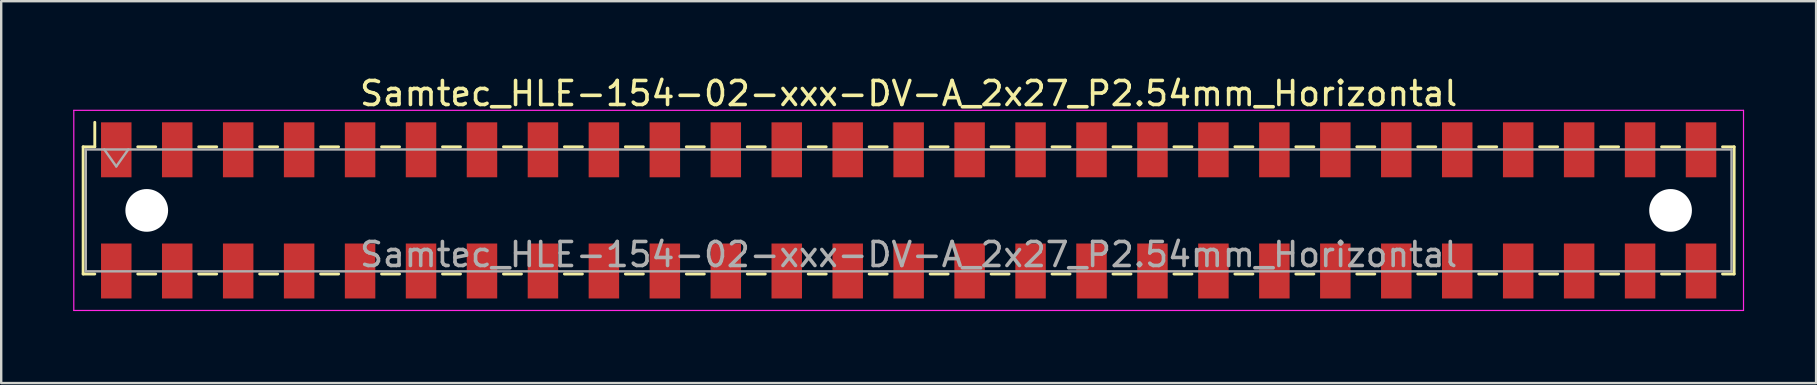
<source format=kicad_pcb>
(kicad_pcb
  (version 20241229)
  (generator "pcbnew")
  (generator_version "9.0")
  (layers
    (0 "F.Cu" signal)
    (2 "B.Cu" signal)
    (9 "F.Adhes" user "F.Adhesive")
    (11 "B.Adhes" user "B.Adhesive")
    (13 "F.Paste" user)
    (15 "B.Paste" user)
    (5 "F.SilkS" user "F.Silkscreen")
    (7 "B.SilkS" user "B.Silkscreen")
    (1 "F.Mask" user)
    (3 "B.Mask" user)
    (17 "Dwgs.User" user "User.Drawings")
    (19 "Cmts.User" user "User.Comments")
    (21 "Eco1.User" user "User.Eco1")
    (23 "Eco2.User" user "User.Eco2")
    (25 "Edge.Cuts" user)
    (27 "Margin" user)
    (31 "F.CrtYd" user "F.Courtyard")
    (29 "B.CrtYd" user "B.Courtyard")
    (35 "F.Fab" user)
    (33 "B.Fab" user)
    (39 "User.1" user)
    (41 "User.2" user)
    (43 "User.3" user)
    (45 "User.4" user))
  (footprint "Samtec_HLE-154-02-xxx-DV-A_2x27_P2.54mm_Horizontal"
    (layer "F.Cu")
    (at 34.815 5.718)
    (property "Reference" "Samtec_HLE-154-02-xxx-DV-A_2x27_P2.54mm_Horizontal" (at 0 -4.87 0) (layer "F.SilkS") (effects (font (size 1 1) (thickness 0.15))))
    (attr smd)
    (fp_line (start -34.4 -2.65) (end -34.4 2.65) (stroke (width 0.12) (type solid)) (layer "F.SilkS"))
    (fp_line (start -34.4 2.65) (end -33.915 2.65) (stroke (width 0.12) (type solid)) (layer "F.SilkS"))
    (fp_line (start -33.915 -3.67) (end -33.915 -2.65) (stroke (width 0.12) (type solid)) (layer "F.SilkS"))
    (fp_line (start -33.915 -2.65) (end -34.4 -2.65) (stroke (width 0.12) (type solid)) (layer "F.SilkS"))
    (fp_line (start -32.125 -2.65) (end -31.375 -2.65) (stroke (width 0.12) (type solid)) (layer "F.SilkS"))
    (fp_line (start -32.125 2.65) (end -31.375 2.65) (stroke (width 0.12) (type solid)) (layer "F.SilkS"))
    (fp_line (start -29.585 -2.65) (end -28.835 -2.65) (stroke (width 0.12) (type solid)) (layer "F.SilkS"))
    (fp_line (start -29.585 2.65) (end -28.835 2.65) (stroke (width 0.12) (type solid)) (layer "F.SilkS"))
    (fp_line (start -27.045 -2.65) (end -26.295 -2.65) (stroke (width 0.12) (type solid)) (layer "F.SilkS"))
    (fp_line (start -27.045 2.65) (end -26.295 2.65) (stroke (width 0.12) (type solid)) (layer "F.SilkS"))
    (fp_line (start -24.505 -2.65) (end -23.755 -2.65) (stroke (width 0.12) (type solid)) (layer "F.SilkS"))
    (fp_line (start -24.505 2.65) (end -23.755 2.65) (stroke (width 0.12) (type solid)) (layer "F.SilkS"))
    (fp_line (start -21.965 -2.65) (end -21.215 -2.65) (stroke (width 0.12) (type solid)) (layer "F.SilkS"))
    (fp_line (start -21.965 2.65) (end -21.215 2.65) (stroke (width 0.12) (type solid)) (layer "F.SilkS"))
    (fp_line (start -19.425 -2.65) (end -18.675 -2.65) (stroke (width 0.12) (type solid)) (layer "F.SilkS"))
    (fp_line (start -19.425 2.65) (end -18.675 2.65) (stroke (width 0.12) (type solid)) (layer "F.SilkS"))
    (fp_line (start -16.885 -2.65) (end -16.135 -2.65) (stroke (width 0.12) (type solid)) (layer "F.SilkS"))
    (fp_line (start -16.885 2.65) (end -16.135 2.65) (stroke (width 0.12) (type solid)) (layer "F.SilkS"))
    (fp_line (start -14.345 -2.65) (end -13.595 -2.65) (stroke (width 0.12) (type solid)) (layer "F.SilkS"))
    (fp_line (start -14.345 2.65) (end -13.595 2.65) (stroke (width 0.12) (type solid)) (layer "F.SilkS"))
    (fp_line (start -11.805 -2.65) (end -11.055 -2.65) (stroke (width 0.12) (type solid)) (layer "F.SilkS"))
    (fp_line (start -11.805 2.65) (end -11.055 2.65) (stroke (width 0.12) (type solid)) (layer "F.SilkS"))
    (fp_line (start -9.265 -2.65) (end -8.515 -2.65) (stroke (width 0.12) (type solid)) (layer "F.SilkS"))
    (fp_line (start -9.265 2.65) (end -8.515 2.65) (stroke (width 0.12) (type solid)) (layer "F.SilkS"))
    (fp_line (start -6.725 -2.65) (end -5.975 -2.65) (stroke (width 0.12) (type solid)) (layer "F.SilkS"))
    (fp_line (start -6.725 2.65) (end -5.975 2.65) (stroke (width 0.12) (type solid)) (layer "F.SilkS"))
    (fp_line (start -4.185 -2.65) (end -3.435 -2.65) (stroke (width 0.12) (type solid)) (layer "F.SilkS"))
    (fp_line (start -4.185 2.65) (end -3.435 2.65) (stroke (width 0.12) (type solid)) (layer "F.SilkS"))
    (fp_line (start -1.645 -2.65) (end -0.895 -2.65) (stroke (width 0.12) (type solid)) (layer "F.SilkS"))
    (fp_line (start -1.645 2.65) (end -0.895 2.65) (stroke (width 0.12) (type solid)) (layer "F.SilkS"))
    (fp_line (start 0.895 -2.65) (end 1.645 -2.65) (stroke (width 0.12) (type solid)) (layer "F.SilkS"))
    (fp_line (start 0.895 2.65) (end 1.645 2.65) (stroke (width 0.12) (type solid)) (layer "F.SilkS"))
    (fp_line (start 3.435 -2.65) (end 4.185 -2.65) (stroke (width 0.12) (type solid)) (layer "F.SilkS"))
    (fp_line (start 3.435 2.65) (end 4.185 2.65) (stroke (width 0.12) (type solid)) (layer "F.SilkS"))
    (fp_line (start 5.975 -2.65) (end 6.725 -2.65) (stroke (width 0.12) (type solid)) (layer "F.SilkS"))
    (fp_line (start 5.975 2.65) (end 6.725 2.65) (stroke (width 0.12) (type solid)) (layer "F.SilkS"))
    (fp_line (start 8.515 -2.65) (end 9.265 -2.65) (stroke (width 0.12) (type solid)) (layer "F.SilkS"))
    (fp_line (start 8.515 2.65) (end 9.265 2.65) (stroke (width 0.12) (type solid)) (layer "F.SilkS"))
    (fp_line (start 11.055 -2.65) (end 11.805 -2.65) (stroke (width 0.12) (type solid)) (layer "F.SilkS"))
    (fp_line (start 11.055 2.65) (end 11.805 2.65) (stroke (width 0.12) (type solid)) (layer "F.SilkS"))
    (fp_line (start 13.595 -2.65) (end 14.345 -2.65) (stroke (width 0.12) (type solid)) (layer "F.SilkS"))
    (fp_line (start 13.595 2.65) (end 14.345 2.65) (stroke (width 0.12) (type solid)) (layer "F.SilkS"))
    (fp_line (start 16.135 -2.65) (end 16.885 -2.65) (stroke (width 0.12) (type solid)) (layer "F.SilkS"))
    (fp_line (start 16.135 2.65) (end 16.885 2.65) (stroke (width 0.12) (type solid)) (layer "F.SilkS"))
    (fp_line (start 18.675 -2.65) (end 19.425 -2.65) (stroke (width 0.12) (type solid)) (layer "F.SilkS"))
    (fp_line (start 18.675 2.65) (end 19.425 2.65) (stroke (width 0.12) (type solid)) (layer "F.SilkS"))
    (fp_line (start 21.215 -2.65) (end 21.965 -2.65) (stroke (width 0.12) (type solid)) (layer "F.SilkS"))
    (fp_line (start 21.215 2.65) (end 21.965 2.65) (stroke (width 0.12) (type solid)) (layer "F.SilkS"))
    (fp_line (start 23.755 -2.65) (end 24.505 -2.65) (stroke (width 0.12) (type solid)) (layer "F.SilkS"))
    (fp_line (start 23.755 2.65) (end 24.505 2.65) (stroke (width 0.12) (type solid)) (layer "F.SilkS"))
    (fp_line (start 26.295 -2.65) (end 27.045 -2.65) (stroke (width 0.12) (type solid)) (layer "F.SilkS"))
    (fp_line (start 26.295 2.65) (end 27.045 2.65) (stroke (width 0.12) (type solid)) (layer "F.SilkS"))
    (fp_line (start 28.835 -2.65) (end 29.585 -2.65) (stroke (width 0.12) (type solid)) (layer "F.SilkS"))
    (fp_line (start 28.835 2.65) (end 29.585 2.65) (stroke (width 0.12) (type solid)) (layer "F.SilkS"))
    (fp_line (start 31.375 -2.65) (end 32.125 -2.65) (stroke (width 0.12) (type solid)) (layer "F.SilkS"))
    (fp_line (start 31.375 2.65) (end 32.125 2.65) (stroke (width 0.12) (type solid)) (layer "F.SilkS"))
    (fp_line (start 33.915 -2.65) (end 34.4 -2.65) (stroke (width 0.12) (type solid)) (layer "F.SilkS"))
    (fp_line (start 34.4 -2.65) (end 34.4 2.65) (stroke (width 0.12) (type solid)) (layer "F.SilkS"))
    (fp_line (start 34.4 2.65) (end 33.915 2.65) (stroke (width 0.12) (type solid)) (layer "F.SilkS"))
    (fp_line (start -34.79 -4.17) (end 34.79 -4.17) (stroke (width 0.05) (type solid)) (layer "F.CrtYd"))
    (fp_line (start -34.79 4.17) (end -34.79 -4.17) (stroke (width 0.05) (type solid)) (layer "F.CrtYd"))
    (fp_line (start 34.79 -4.17) (end 34.79 4.17) (stroke (width 0.05) (type solid)) (layer "F.CrtYd"))
    (fp_line (start 34.79 4.17) (end -34.79 4.17) (stroke (width 0.05) (type solid)) (layer "F.CrtYd"))
    (fp_line (start -34.29 -2.54) (end 34.29 -2.54) (stroke (width 0.1) (type solid)) (layer "F.Fab"))
    (fp_line (start -34.29 2.54) (end -34.29 -2.54) (stroke (width 0.1) (type solid)) (layer "F.Fab"))
    (fp_line (start -33.52 -2.54) (end -33.02 -1.833) (stroke (width 0.1) (type solid)) (layer "F.Fab"))
    (fp_line (start -33.02 -1.833) (end -32.52 -2.54) (stroke (width 0.1) (type solid)) (layer "F.Fab"))
    (fp_line (start 34.29 -2.54) (end 34.29 2.54) (stroke (width 0.1) (type solid)) (layer "F.Fab"))
    (fp_line (start 34.29 2.54) (end -34.29 2.54) (stroke (width 0.1) (type solid)) (layer "F.Fab"))
    (fp_text user "${REFERENCE}" (at 0 1.84 0) (layer "F.Fab") (effects (font (size 1 1) (thickness 0.15))))
    (pad "" np_thru_hole circle (at -31.75 0) (size 1.78 1.78) (drill 1.78) (layers "*.Cu" "*.Mask"))
    (pad "" np_thru_hole circle (at 31.75 0) (size 1.78 1.78) (drill 1.78) (layers "*.Cu" "*.Mask"))
    (pad "1" smd rect (at -33.02 -2.525) (size 1.27 2.29) (layers "F.Cu" "F.Mask" "F.Paste"))
    (pad "2" smd rect (at -33.02 2.525) (size 1.27 2.29) (layers "F.Cu" "F.Mask" "F.Paste"))
    (pad "3" smd rect (at -30.48 -2.525) (size 1.27 2.29) (layers "F.Cu" "F.Mask" "F.Paste"))
    (pad "4" smd rect (at -30.48 2.525) (size 1.27 2.29) (layers "F.Cu" "F.Mask" "F.Paste"))
    (pad "5" smd rect (at -27.94 -2.525) (size 1.27 2.29) (layers "F.Cu" "F.Mask" "F.Paste"))
    (pad "6" smd rect (at -27.94 2.525) (size 1.27 2.29) (layers "F.Cu" "F.Mask" "F.Paste"))
    (pad "7" smd rect (at -25.4 -2.525) (size 1.27 2.29) (layers "F.Cu" "F.Mask" "F.Paste"))
    (pad "8" smd rect (at -25.4 2.525) (size 1.27 2.29) (layers "F.Cu" "F.Mask" "F.Paste"))
    (pad "9" smd rect (at -22.86 -2.525) (size 1.27 2.29) (layers "F.Cu" "F.Mask" "F.Paste"))
    (pad "10" smd rect (at -22.86 2.525) (size 1.27 2.29) (layers "F.Cu" "F.Mask" "F.Paste"))
    (pad "11" smd rect (at -20.32 -2.525) (size 1.27 2.29) (layers "F.Cu" "F.Mask" "F.Paste"))
    (pad "12" smd rect (at -20.32 2.525) (size 1.27 2.29) (layers "F.Cu" "F.Mask" "F.Paste"))
    (pad "13" smd rect (at -17.78 -2.525) (size 1.27 2.29) (layers "F.Cu" "F.Mask" "F.Paste"))
    (pad "14" smd rect (at -17.78 2.525) (size 1.27 2.29) (layers "F.Cu" "F.Mask" "F.Paste"))
    (pad "15" smd rect (at -15.24 -2.525) (size 1.27 2.29) (layers "F.Cu" "F.Mask" "F.Paste"))
    (pad "16" smd rect (at -15.24 2.525) (size 1.27 2.29) (layers "F.Cu" "F.Mask" "F.Paste"))
    (pad "17" smd rect (at -12.7 -2.525) (size 1.27 2.29) (layers "F.Cu" "F.Mask" "F.Paste"))
    (pad "18" smd rect (at -12.7 2.525) (size 1.27 2.29) (layers "F.Cu" "F.Mask" "F.Paste"))
    (pad "19" smd rect (at -10.16 -2.525) (size 1.27 2.29) (layers "F.Cu" "F.Mask" "F.Paste"))
    (pad "20" smd rect (at -10.16 2.525) (size 1.27 2.29) (layers "F.Cu" "F.Mask" "F.Paste"))
    (pad "21" smd rect (at -7.62 -2.525) (size 1.27 2.29) (layers "F.Cu" "F.Mask" "F.Paste"))
    (pad "22" smd rect (at -7.62 2.525) (size 1.27 2.29) (layers "F.Cu" "F.Mask" "F.Paste"))
    (pad "23" smd rect (at -5.08 -2.525) (size 1.27 2.29) (layers "F.Cu" "F.Mask" "F.Paste"))
    (pad "24" smd rect (at -5.08 2.525) (size 1.27 2.29) (layers "F.Cu" "F.Mask" "F.Paste"))
    (pad "25" smd rect (at -2.54 -2.525) (size 1.27 2.29) (layers "F.Cu" "F.Mask" "F.Paste"))
    (pad "26" smd rect (at -2.54 2.525) (size 1.27 2.29) (layers "F.Cu" "F.Mask" "F.Paste"))
    (pad "27" smd rect (at 0 -2.525) (size 1.27 2.29) (layers "F.Cu" "F.Mask" "F.Paste"))
    (pad "28" smd rect (at 0 2.525) (size 1.27 2.29) (layers "F.Cu" "F.Mask" "F.Paste"))
    (pad "29" smd rect (at 2.54 -2.525) (size 1.27 2.29) (layers "F.Cu" "F.Mask" "F.Paste"))
    (pad "30" smd rect (at 2.54 2.525) (size 1.27 2.29) (layers "F.Cu" "F.Mask" "F.Paste"))
    (pad "31" smd rect (at 5.08 -2.525) (size 1.27 2.29) (layers "F.Cu" "F.Mask" "F.Paste"))
    (pad "32" smd rect (at 5.08 2.525) (size 1.27 2.29) (layers "F.Cu" "F.Mask" "F.Paste"))
    (pad "33" smd rect (at 7.62 -2.525) (size 1.27 2.29) (layers "F.Cu" "F.Mask" "F.Paste"))
    (pad "34" smd rect (at 7.62 2.525) (size 1.27 2.29) (layers "F.Cu" "F.Mask" "F.Paste"))
    (pad "35" smd rect (at 10.16 -2.525) (size 1.27 2.29) (layers "F.Cu" "F.Mask" "F.Paste"))
    (pad "36" smd rect (at 10.16 2.525) (size 1.27 2.29) (layers "F.Cu" "F.Mask" "F.Paste"))
    (pad "37" smd rect (at 12.7 -2.525) (size 1.27 2.29) (layers "F.Cu" "F.Mask" "F.Paste"))
    (pad "38" smd rect (at 12.7 2.525) (size 1.27 2.29) (layers "F.Cu" "F.Mask" "F.Paste"))
    (pad "39" smd rect (at 15.24 -2.525) (size 1.27 2.29) (layers "F.Cu" "F.Mask" "F.Paste"))
    (pad "40" smd rect (at 15.24 2.525) (size 1.27 2.29) (layers "F.Cu" "F.Mask" "F.Paste"))
    (pad "41" smd rect (at 17.78 -2.525) (size 1.27 2.29) (layers "F.Cu" "F.Mask" "F.Paste"))
    (pad "42" smd rect (at 17.78 2.525) (size 1.27 2.29) (layers "F.Cu" "F.Mask" "F.Paste"))
    (pad "43" smd rect (at 20.32 -2.525) (size 1.27 2.29) (layers "F.Cu" "F.Mask" "F.Paste"))
    (pad "44" smd rect (at 20.32 2.525) (size 1.27 2.29) (layers "F.Cu" "F.Mask" "F.Paste"))
    (pad "45" smd rect (at 22.86 -2.525) (size 1.27 2.29) (layers "F.Cu" "F.Mask" "F.Paste"))
    (pad "46" smd rect (at 22.86 2.525) (size 1.27 2.29) (layers "F.Cu" "F.Mask" "F.Paste"))
    (pad "47" smd rect (at 25.4 -2.525) (size 1.27 2.29) (layers "F.Cu" "F.Mask" "F.Paste"))
    (pad "48" smd rect (at 25.4 2.525) (size 1.27 2.29) (layers "F.Cu" "F.Mask" "F.Paste"))
    (pad "49" smd rect (at 27.94 -2.525) (size 1.27 2.29) (layers "F.Cu" "F.Mask" "F.Paste"))
    (pad "50" smd rect (at 27.94 2.525) (size 1.27 2.29) (layers "F.Cu" "F.Mask" "F.Paste"))
    (pad "51" smd rect (at 30.48 -2.525) (size 1.27 2.29) (layers "F.Cu" "F.Mask" "F.Paste"))
    (pad "52" smd rect (at 30.48 2.525) (size 1.27 2.29) (layers "F.Cu" "F.Mask" "F.Paste"))
    (pad "53" smd rect (at 33.02 -2.525) (size 1.27 2.29) (layers "F.Cu" "F.Mask" "F.Paste"))
    (pad "54" smd rect (at 33.02 2.525) (size 1.27 2.29) (layers "F.Cu" "F.Mask" "F.Paste")))
  (gr_rect
    (start -3 -3)
    (end 72.63 12.913)
    (stroke (width 0.1) (type default))
    (fill no)
    (layer "Edge.Cuts")))
</source>
